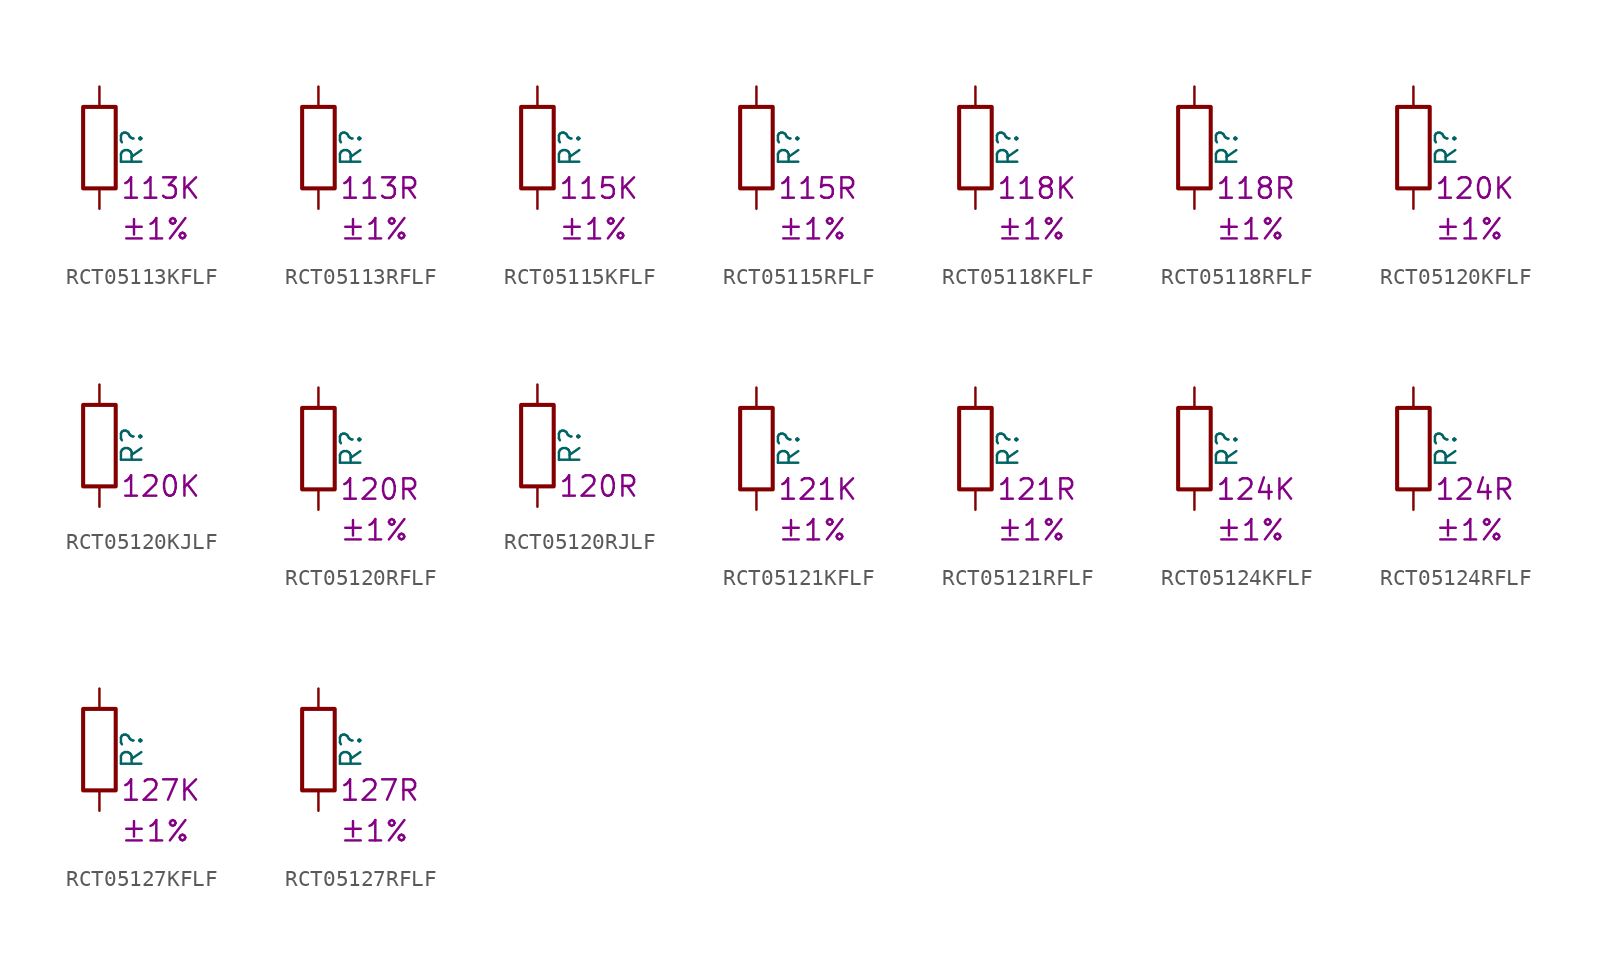
<source format=kicad_sym>
(kicad_symbol_lib
  (version 20220914)
  (generator kicad_symbol_editor)
  (symbol "RCT05113KFLF"
    (pin_numbers hide)
    (pin_names
      (offset 0))
    (property "Reference" "R"
      (at 2.032 0 90)
      (effects (font (size 1.27 1.27))))
    (property "Resistance" "113K"
      (at 1.27 -2.54 0)
      (effects (font (size 1.27 1.27)) (justify left)))
    (property "Tolerance" "±1%"
      (at 1.27 -5.08 0)
      (effects (font (size 1.27 1.27)) (justify left)))
    (symbol "RCT05113KFLF_0_1"
      (rectangle (start -1.016 -2.54) (end 1.016 2.54) (stroke (width 0.254) (type default)) (fill (type none))))
    (symbol "RCT05113KFLF_1_1"
      (pin passive line (at 0 3.81 270) (length 1.27) (name "~" (effects (font (size 1.27 1.27)))) (number "1" (effects (font (size 1.27 1.27)))))
      (pin passive line (at 0 -3.81 90) (length 1.27) (name "~" (effects (font (size 1.27 1.27)))) (number "2" (effects (font (size 1.27 1.27)))))))
  (symbol "RCT05113RFLF"
    (pin_numbers hide)
    (pin_names
      (offset 0))
    (property "Reference" "R"
      (at 2.032 0 90)
      (effects (font (size 1.27 1.27))))
    (property "Resistance" "113R"
      (at 1.27 -2.54 0)
      (effects (font (size 1.27 1.27)) (justify left)))
    (property "Tolerance" "±1%"
      (at 1.27 -5.08 0)
      (effects (font (size 1.27 1.27)) (justify left)))
    (symbol "RCT05113RFLF_0_1"
      (rectangle (start -1.016 -2.54) (end 1.016 2.54) (stroke (width 0.254) (type default)) (fill (type none))))
    (symbol "RCT05113RFLF_1_1"
      (pin passive line (at 0 3.81 270) (length 1.27) (name "~" (effects (font (size 1.27 1.27)))) (number "1" (effects (font (size 1.27 1.27)))))
      (pin passive line (at 0 -3.81 90) (length 1.27) (name "~" (effects (font (size 1.27 1.27)))) (number "2" (effects (font (size 1.27 1.27)))))))
  (symbol "RCT05115KFLF"
    (pin_numbers hide)
    (pin_names
      (offset 0))
    (property "Reference" "R"
      (at 2.032 0 90)
      (effects (font (size 1.27 1.27))))
    (property "Resistance" "115K"
      (at 1.27 -2.54 0)
      (effects (font (size 1.27 1.27)) (justify left)))
    (property "Tolerance" "±1%"
      (at 1.27 -5.08 0)
      (effects (font (size 1.27 1.27)) (justify left)))
    (symbol "RCT05115KFLF_0_1"
      (rectangle (start -1.016 -2.54) (end 1.016 2.54) (stroke (width 0.254) (type default)) (fill (type none))))
    (symbol "RCT05115KFLF_1_1"
      (pin passive line (at 0 3.81 270) (length 1.27) (name "~" (effects (font (size 1.27 1.27)))) (number "1" (effects (font (size 1.27 1.27)))))
      (pin passive line (at 0 -3.81 90) (length 1.27) (name "~" (effects (font (size 1.27 1.27)))) (number "2" (effects (font (size 1.27 1.27)))))))
  (symbol "RCT05115RFLF"
    (pin_numbers hide)
    (pin_names
      (offset 0))
    (property "Reference" "R"
      (at 2.032 0 90)
      (effects (font (size 1.27 1.27))))
    (property "Resistance" "115R"
      (at 1.27 -2.54 0)
      (effects (font (size 1.27 1.27)) (justify left)))
    (property "Tolerance" "±1%"
      (at 1.27 -5.08 0)
      (effects (font (size 1.27 1.27)) (justify left)))
    (symbol "RCT05115RFLF_0_1"
      (rectangle (start -1.016 -2.54) (end 1.016 2.54) (stroke (width 0.254) (type default)) (fill (type none))))
    (symbol "RCT05115RFLF_1_1"
      (pin passive line (at 0 3.81 270) (length 1.27) (name "~" (effects (font (size 1.27 1.27)))) (number "1" (effects (font (size 1.27 1.27)))))
      (pin passive line (at 0 -3.81 90) (length 1.27) (name "~" (effects (font (size 1.27 1.27)))) (number "2" (effects (font (size 1.27 1.27)))))))
  (symbol "RCT05118KFLF"
    (pin_numbers hide)
    (pin_names
      (offset 0))
    (property "Reference" "R"
      (at 2.032 0 90)
      (effects (font (size 1.27 1.27))))
    (property "Resistance" "118K"
      (at 1.27 -2.54 0)
      (effects (font (size 1.27 1.27)) (justify left)))
    (property "Tolerance" "±1%"
      (at 1.27 -5.08 0)
      (effects (font (size 1.27 1.27)) (justify left)))
    (symbol "RCT05118KFLF_0_1"
      (rectangle (start -1.016 -2.54) (end 1.016 2.54) (stroke (width 0.254) (type default)) (fill (type none))))
    (symbol "RCT05118KFLF_1_1"
      (pin passive line (at 0 3.81 270) (length 1.27) (name "~" (effects (font (size 1.27 1.27)))) (number "1" (effects (font (size 1.27 1.27)))))
      (pin passive line (at 0 -3.81 90) (length 1.27) (name "~" (effects (font (size 1.27 1.27)))) (number "2" (effects (font (size 1.27 1.27)))))))
  (symbol "RCT05118RFLF"
    (pin_numbers hide)
    (pin_names
      (offset 0))
    (property "Reference" "R"
      (at 2.032 0 90)
      (effects (font (size 1.27 1.27))))
    (property "Resistance" "118R"
      (at 1.27 -2.54 0)
      (effects (font (size 1.27 1.27)) (justify left)))
    (property "Tolerance" "±1%"
      (at 1.27 -5.08 0)
      (effects (font (size 1.27 1.27)) (justify left)))
    (symbol "RCT05118RFLF_0_1"
      (rectangle (start -1.016 -2.54) (end 1.016 2.54) (stroke (width 0.254) (type default)) (fill (type none))))
    (symbol "RCT05118RFLF_1_1"
      (pin passive line (at 0 3.81 270) (length 1.27) (name "~" (effects (font (size 1.27 1.27)))) (number "1" (effects (font (size 1.27 1.27)))))
      (pin passive line (at 0 -3.81 90) (length 1.27) (name "~" (effects (font (size 1.27 1.27)))) (number "2" (effects (font (size 1.27 1.27)))))))
  (symbol "RCT05120KFLF"
    (pin_numbers hide)
    (pin_names
      (offset 0))
    (property "Reference" "R"
      (at 2.032 0 90)
      (effects (font (size 1.27 1.27))))
    (property "Resistance" "120K"
      (at 1.27 -2.54 0)
      (effects (font (size 1.27 1.27)) (justify left)))
    (property "Tolerance" "±1%"
      (at 1.27 -5.08 0)
      (effects (font (size 1.27 1.27)) (justify left)))
    (symbol "RCT05120KFLF_0_1"
      (rectangle (start -1.016 -2.54) (end 1.016 2.54) (stroke (width 0.254) (type default)) (fill (type none))))
    (symbol "RCT05120KFLF_1_1"
      (pin passive line (at 0 3.81 270) (length 1.27) (name "~" (effects (font (size 1.27 1.27)))) (number "1" (effects (font (size 1.27 1.27)))))
      (pin passive line (at 0 -3.81 90) (length 1.27) (name "~" (effects (font (size 1.27 1.27)))) (number "2" (effects (font (size 1.27 1.27)))))))
  (symbol "RCT05120KJLF"
    (pin_numbers hide)
    (pin_names
      (offset 0))
    (property "Reference" "R"
      (at 2.032 0 90)
      (effects (font (size 1.27 1.27))))
    (property "Resistance" "120K"
      (at 1.27 -2.54 0)
      (effects (font (size 1.27 1.27)) (justify left)))
    (symbol "RCT05120KJLF_0_1"
      (rectangle (start -1.016 -2.54) (end 1.016 2.54) (stroke (width 0.254) (type default)) (fill (type none))))
    (symbol "RCT05120KJLF_1_1"
      (pin passive line (at 0 3.81 270) (length 1.27) (name "~" (effects (font (size 1.27 1.27)))) (number "1" (effects (font (size 1.27 1.27)))))
      (pin passive line (at 0 -3.81 90) (length 1.27) (name "~" (effects (font (size 1.27 1.27)))) (number "2" (effects (font (size 1.27 1.27)))))))
  (symbol "RCT05120RFLF"
    (pin_numbers hide)
    (pin_names
      (offset 0))
    (property "Reference" "R"
      (at 2.032 0 90)
      (effects (font (size 1.27 1.27))))
    (property "Resistance" "120R"
      (at 1.27 -2.54 0)
      (effects (font (size 1.27 1.27)) (justify left)))
    (property "Tolerance" "±1%"
      (at 1.27 -5.08 0)
      (effects (font (size 1.27 1.27)) (justify left)))
    (symbol "RCT05120RFLF_0_1"
      (rectangle (start -1.016 -2.54) (end 1.016 2.54) (stroke (width 0.254) (type default)) (fill (type none))))
    (symbol "RCT05120RFLF_1_1"
      (pin passive line (at 0 3.81 270) (length 1.27) (name "~" (effects (font (size 1.27 1.27)))) (number "1" (effects (font (size 1.27 1.27)))))
      (pin passive line (at 0 -3.81 90) (length 1.27) (name "~" (effects (font (size 1.27 1.27)))) (number "2" (effects (font (size 1.27 1.27)))))))
  (symbol "RCT05120RJLF"
    (pin_numbers hide)
    (pin_names
      (offset 0))
    (property "Reference" "R"
      (at 2.032 0 90)
      (effects (font (size 1.27 1.27))))
    (property "Resistance" "120R"
      (at 1.27 -2.54 0)
      (effects (font (size 1.27 1.27)) (justify left)))
    (symbol "RCT05120RJLF_0_1"
      (rectangle (start -1.016 -2.54) (end 1.016 2.54) (stroke (width 0.254) (type default)) (fill (type none))))
    (symbol "RCT05120RJLF_1_1"
      (pin passive line (at 0 3.81 270) (length 1.27) (name "~" (effects (font (size 1.27 1.27)))) (number "1" (effects (font (size 1.27 1.27)))))
      (pin passive line (at 0 -3.81 90) (length 1.27) (name "~" (effects (font (size 1.27 1.27)))) (number "2" (effects (font (size 1.27 1.27)))))))
  (symbol "RCT05121KFLF"
    (pin_numbers hide)
    (pin_names
      (offset 0))
    (property "Reference" "R"
      (at 2.032 0 90)
      (effects (font (size 1.27 1.27))))
    (property "Resistance" "121K"
      (at 1.27 -2.54 0)
      (effects (font (size 1.27 1.27)) (justify left)))
    (property "Tolerance" "±1%"
      (at 1.27 -5.08 0)
      (effects (font (size 1.27 1.27)) (justify left)))
    (symbol "RCT05121KFLF_0_1"
      (rectangle (start -1.016 -2.54) (end 1.016 2.54) (stroke (width 0.254) (type default)) (fill (type none))))
    (symbol "RCT05121KFLF_1_1"
      (pin passive line (at 0 3.81 270) (length 1.27) (name "~" (effects (font (size 1.27 1.27)))) (number "1" (effects (font (size 1.27 1.27)))))
      (pin passive line (at 0 -3.81 90) (length 1.27) (name "~" (effects (font (size 1.27 1.27)))) (number "2" (effects (font (size 1.27 1.27)))))))
  (symbol "RCT05121RFLF"
    (pin_numbers hide)
    (pin_names
      (offset 0))
    (property "Reference" "R"
      (at 2.032 0 90)
      (effects (font (size 1.27 1.27))))
    (property "Resistance" "121R"
      (at 1.27 -2.54 0)
      (effects (font (size 1.27 1.27)) (justify left)))
    (property "Tolerance" "±1%"
      (at 1.27 -5.08 0)
      (effects (font (size 1.27 1.27)) (justify left)))
    (symbol "RCT05121RFLF_0_1"
      (rectangle (start -1.016 -2.54) (end 1.016 2.54) (stroke (width 0.254) (type default)) (fill (type none))))
    (symbol "RCT05121RFLF_1_1"
      (pin passive line (at 0 3.81 270) (length 1.27) (name "~" (effects (font (size 1.27 1.27)))) (number "1" (effects (font (size 1.27 1.27)))))
      (pin passive line (at 0 -3.81 90) (length 1.27) (name "~" (effects (font (size 1.27 1.27)))) (number "2" (effects (font (size 1.27 1.27)))))))
  (symbol "RCT05124KFLF"
    (pin_numbers hide)
    (pin_names
      (offset 0))
    (property "Reference" "R"
      (at 2.032 0 90)
      (effects (font (size 1.27 1.27))))
    (property "Resistance" "124K"
      (at 1.27 -2.54 0)
      (effects (font (size 1.27 1.27)) (justify left)))
    (property "Tolerance" "±1%"
      (at 1.27 -5.08 0)
      (effects (font (size 1.27 1.27)) (justify left)))
    (symbol "RCT05124KFLF_0_1"
      (rectangle (start -1.016 -2.54) (end 1.016 2.54) (stroke (width 0.254) (type default)) (fill (type none))))
    (symbol "RCT05124KFLF_1_1"
      (pin passive line (at 0 3.81 270) (length 1.27) (name "~" (effects (font (size 1.27 1.27)))) (number "1" (effects (font (size 1.27 1.27)))))
      (pin passive line (at 0 -3.81 90) (length 1.27) (name "~" (effects (font (size 1.27 1.27)))) (number "2" (effects (font (size 1.27 1.27)))))))
  (symbol "RCT05124RFLF"
    (pin_numbers hide)
    (pin_names
      (offset 0))
    (property "Reference" "R"
      (at 2.032 0 90)
      (effects (font (size 1.27 1.27))))
    (property "Resistance" "124R"
      (at 1.27 -2.54 0)
      (effects (font (size 1.27 1.27)) (justify left)))
    (property "Tolerance" "±1%"
      (at 1.27 -5.08 0)
      (effects (font (size 1.27 1.27)) (justify left)))
    (symbol "RCT05124RFLF_0_1"
      (rectangle (start -1.016 -2.54) (end 1.016 2.54) (stroke (width 0.254) (type default)) (fill (type none))))
    (symbol "RCT05124RFLF_1_1"
      (pin passive line (at 0 3.81 270) (length 1.27) (name "~" (effects (font (size 1.27 1.27)))) (number "1" (effects (font (size 1.27 1.27)))))
      (pin passive line (at 0 -3.81 90) (length 1.27) (name "~" (effects (font (size 1.27 1.27)))) (number "2" (effects (font (size 1.27 1.27)))))))
  (symbol "RCT05127KFLF"
    (pin_numbers hide)
    (pin_names
      (offset 0))
    (property "Reference" "R"
      (at 2.032 0 90)
      (effects (font (size 1.27 1.27))))
    (property "Resistance" "127K"
      (at 1.27 -2.54 0)
      (effects (font (size 1.27 1.27)) (justify left)))
    (property "Tolerance" "±1%"
      (at 1.27 -5.08 0)
      (effects (font (size 1.27 1.27)) (justify left)))
    (symbol "RCT05127KFLF_0_1"
      (rectangle (start -1.016 -2.54) (end 1.016 2.54) (stroke (width 0.254) (type default)) (fill (type none))))
    (symbol "RCT05127KFLF_1_1"
      (pin passive line (at 0 3.81 270) (length 1.27) (name "~" (effects (font (size 1.27 1.27)))) (number "1" (effects (font (size 1.27 1.27)))))
      (pin passive line (at 0 -3.81 90) (length 1.27) (name "~" (effects (font (size 1.27 1.27)))) (number "2" (effects (font (size 1.27 1.27)))))))
  (symbol "RCT05127RFLF"
    (pin_numbers hide)
    (pin_names
      (offset 0))
    (property "Reference" "R"
      (at 2.032 0 90)
      (effects (font (size 1.27 1.27))))
    (property "Resistance" "127R"
      (at 1.27 -2.54 0)
      (effects (font (size 1.27 1.27)) (justify left)))
    (property "Tolerance" "±1%"
      (at 1.27 -5.08 0)
      (effects (font (size 1.27 1.27)) (justify left)))
    (symbol "RCT05127RFLF_0_1"
      (rectangle (start -1.016 -2.54) (end 1.016 2.54) (stroke (width 0.254) (type default)) (fill (type none))))
    (symbol "RCT05127RFLF_1_1"
      (pin passive line (at 0 3.81 270) (length 1.27) (name "~" (effects (font (size 1.27 1.27)))) (number "1" (effects (font (size 1.27 1.27)))))
      (pin passive line (at 0 -3.81 90) (length 1.27) (name "~" (effects (font (size 1.27 1.27)))) (number "2" (effects (font (size 1.27 1.27))))))))
</source>
